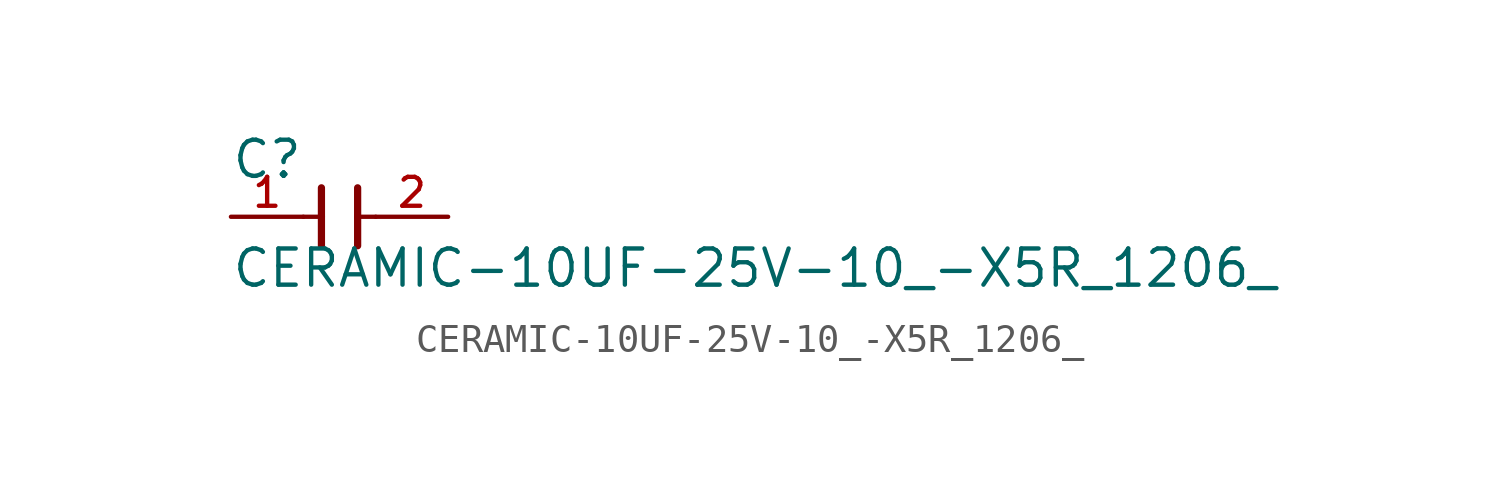
<source format=kicad_sym>
(kicad_symbol_lib
  (version 20211014)
  (generator kicad_symbol_editor)
  (symbol "CERAMIC-10UF-25V-10_-X5R_1206_"
    (pin_names
      (offset 1.016))
    (property "Reference" "C"
      (at -3.817 1.272 0)
      (effects (font (size 1.27 1.27)) (justify bottom left)))
    (property "Value" "CERAMIC-10UF-25V-10_-X5R_1206_"
      (at -3.817 -2.545 0)
      (effects (font (size 1.27 1.27)) (justify bottom left)))
    (symbol "CERAMIC-10UF-25V-10_-X5R_1206__0_0"
      (polyline (pts (xy -0.635 -1.016) (xy -0.635 0.0)) (stroke (width 0.254)))
      (polyline (pts (xy -0.635 0.0) (xy -0.635 1.016)) (stroke (width 0.254)))
      (polyline (pts (xy 0.635 1.016) (xy 0.635 0.0)) (stroke (width 0.254)))
      (polyline (pts (xy 0.635 0.0) (xy 0.635 -1.016)) (stroke (width 0.254)))
      (polyline (pts (xy -1.27 0.0) (xy -0.635 0.0)) (stroke (width 0.152)))
      (polyline (pts (xy 0.635 0.0) (xy 1.27 0.0)) (stroke (width 0.152)))
      (pin passive line (at -3.81 0.0 0) (length 2.54) (name "~" (effects (font (size 1.016 1.016)))) (number "1" (effects (font (size 1.016 1.016)))))
      (pin passive line (at 3.81 0.0 180.0) (length 2.54) (name "~" (effects (font (size 1.016 1.016)))) (number "2" (effects (font (size 1.016 1.016))))))))
</source>
